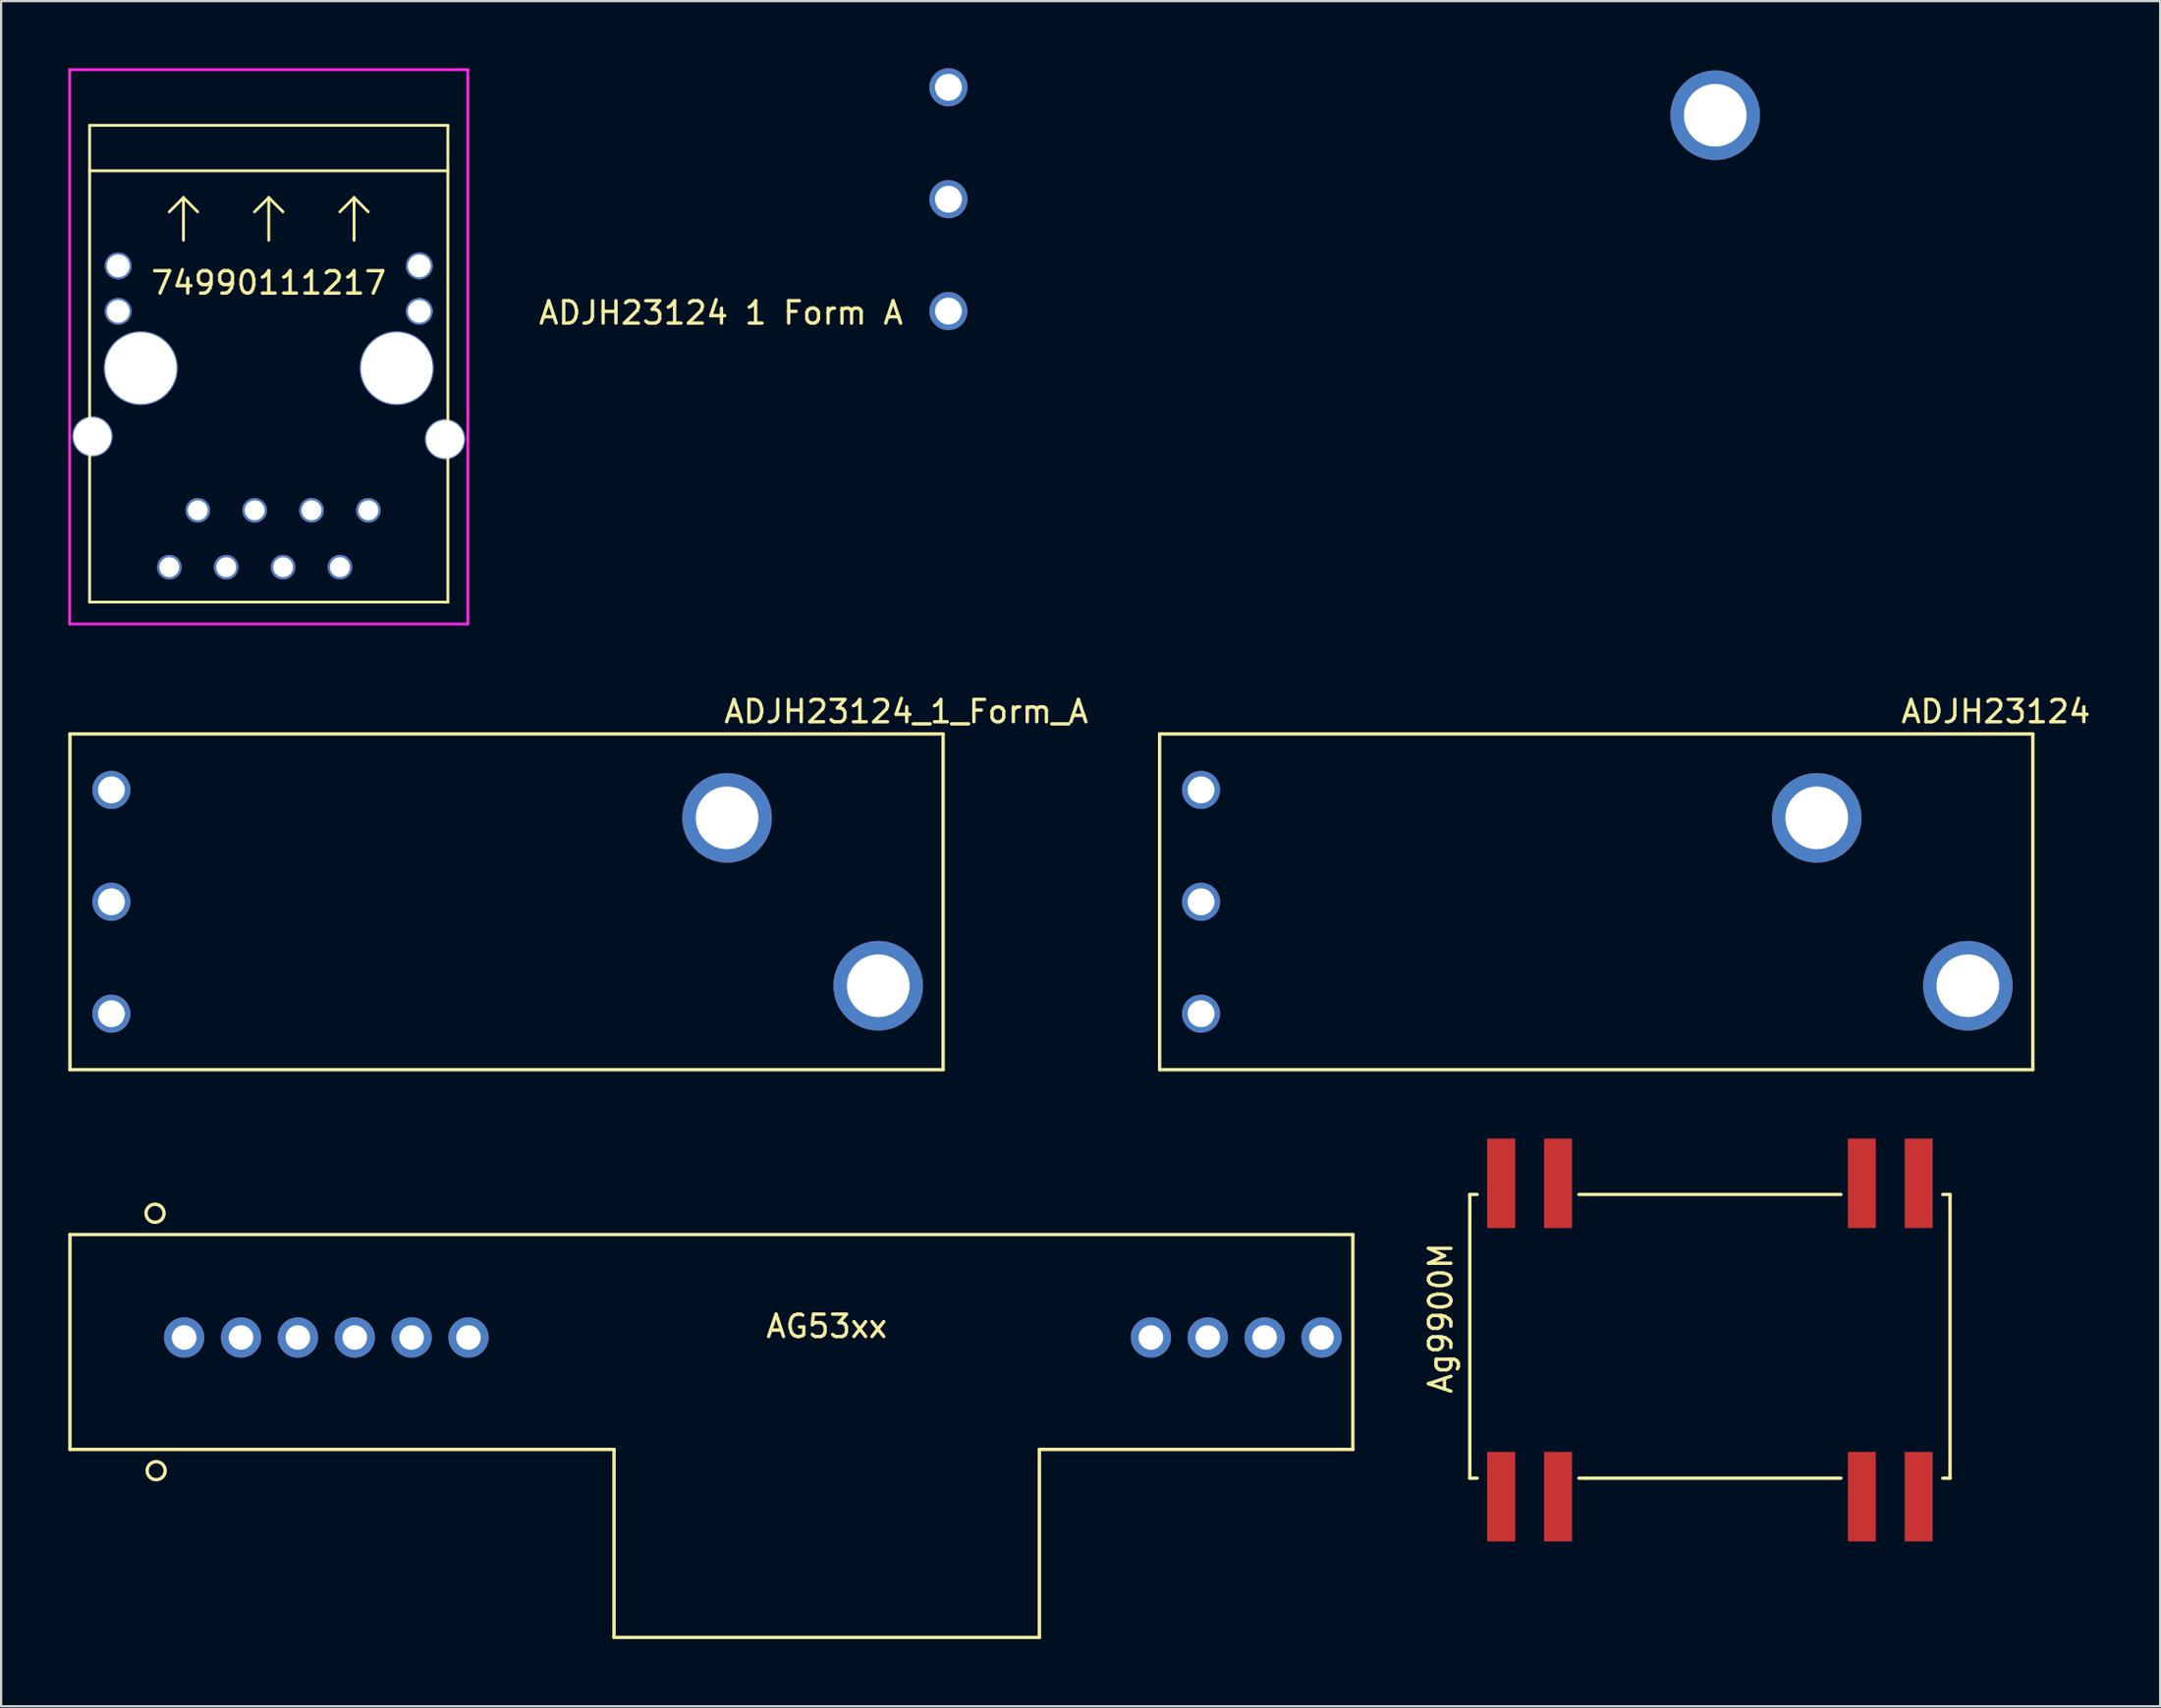
<source format=kicad_pcb>
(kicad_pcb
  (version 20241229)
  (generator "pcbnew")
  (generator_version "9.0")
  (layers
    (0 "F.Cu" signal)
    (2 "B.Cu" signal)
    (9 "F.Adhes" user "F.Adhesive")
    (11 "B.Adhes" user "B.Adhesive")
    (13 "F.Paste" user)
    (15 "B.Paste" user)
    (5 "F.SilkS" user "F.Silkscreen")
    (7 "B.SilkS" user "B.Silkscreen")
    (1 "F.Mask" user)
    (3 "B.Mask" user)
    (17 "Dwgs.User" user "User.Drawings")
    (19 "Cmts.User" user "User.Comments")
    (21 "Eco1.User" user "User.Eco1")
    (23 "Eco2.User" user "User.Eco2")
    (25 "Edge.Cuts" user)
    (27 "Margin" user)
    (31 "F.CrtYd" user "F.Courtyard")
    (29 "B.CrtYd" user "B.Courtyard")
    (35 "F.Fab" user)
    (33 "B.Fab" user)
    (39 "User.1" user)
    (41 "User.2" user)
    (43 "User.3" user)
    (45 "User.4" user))
  (footprint "AG53xx"
    (layer "F.Cu")
    (at 5.175 56.705)
    (property "Reference" "AG53xx" (at 28.7 -0.5 0) (unlocked yes) (layer "F.SilkS") (effects (font (size 1 1) (thickness 0.15))))
    (fp_line (start -5.1 -4.6) (end -5.1 5) (stroke (width 0.15) (type solid)) (layer "F.SilkS"))
    (fp_line (start -5.1 -4.6) (end 52.2 -4.6) (stroke (width 0.15) (type solid)) (layer "F.SilkS"))
    (fp_line (start 19.2 5) (end -5.1 5) (stroke (width 0.15) (type solid)) (layer "F.SilkS"))
    (fp_line (start 19.2 5) (end 19.2 13.4) (stroke (width 0.15) (type solid)) (layer "F.SilkS"))
    (fp_line (start 38.2 5) (end 38.2 13.4) (stroke (width 0.15) (type solid)) (layer "F.SilkS"))
    (fp_line (start 38.2 13.4) (end 19.2 13.4) (stroke (width 0.15) (type solid)) (layer "F.SilkS"))
    (fp_line (start 52.2 -4.6) (end 52.2 5) (stroke (width 0.15) (type solid)) (layer "F.SilkS"))
    (fp_line (start 52.2 5) (end 38.2 5) (stroke (width 0.15) (type solid)) (layer "F.SilkS"))
    (fp_circle (center -1.3 -5.55) (end -0.95 -5.35) (stroke (width 0.15) (type solid)) (fill no) (layer "F.SilkS"))
    (fp_circle (center -1.25 5.95) (end -0.9 6.15) (stroke (width 0.15) (type solid)) (fill no) (layer "F.SilkS"))
    (pad "1" thru_hole circle (at 0 0) (size 1.8 1.8) (drill 1.1) (layers "*.Cu" "*.Mask"))
    (pad "2" thru_hole circle (at 2.54 0) (size 1.8 1.8) (drill 1.1) (layers "*.Cu" "*.Mask"))
    (pad "3" thru_hole circle (at 5.08 0) (size 1.8 1.8) (drill 1.1) (layers "*.Cu" "*.Mask"))
    (pad "4" thru_hole circle (at 7.62 0) (size 1.8 1.8) (drill 1.1) (layers "*.Cu" "*.Mask"))
    (pad "5" thru_hole circle (at 10.16 0) (size 1.8 1.8) (drill 1.1) (layers "*.Cu" "*.Mask"))
    (pad "6" thru_hole circle (at 12.7 0) (size 1.8 1.8) (drill 1.1) (layers "*.Cu" "*.Mask"))
    (pad "7" thru_hole circle (at 43.18 0) (size 1.8 1.8) (drill 1.1) (layers "*.Cu" "*.Mask"))
    (pad "8" thru_hole circle (at 45.72 0) (size 1.8 1.8) (drill 1.1) (layers "*.Cu" "*.Mask"))
    (pad "9" thru_hole circle (at 48.26 0) (size 1.8 1.8) (drill 1.1) (layers "*.Cu" "*.Mask"))
    (pad "10" thru_hole circle (at 50.8 0) (size 1.8 1.8) (drill 1.1) (layers "*.Cu" "*.Mask"))
    (zone (net_name "") (layers "F.Cu" "B.Cu") (hatch edge 0.508) (connect_pads) (min_thickness 0.254) (filled_areas_thickness no) (keepout (tracks not_allowed) (vias not_allowed) (pads not_allowed) (copperpour allowed) (footprints allowed)) (placement (enabled no)) (fill) (polygon (pts (xy 47.085 60.515) (xy 20.415 60.515) (xy 20.415 47.815) (xy 47.085 47.815)))))
  (footprint "ADJH23124"
    (layer "F.Cu")
    (at 50.594 37.24)
    (property "Reference" "ADJH23124" (at 35.5 -8.5 0) (layer "F.SilkS") (effects (font (size 1 1) (thickness 0.15))))
    (attr through_hole)
    (fp_line (start -1.85 -7.5) (end 37.15 -7.5) (stroke (width 0.15) (type solid)) (layer "F.SilkS"))
    (fp_line (start -1.85 7.5) (end -1.85 -7.5) (stroke (width 0.15) (type solid)) (layer "F.SilkS"))
    (fp_line (start -1.85 7.5) (end 37.15 7.5) (stroke (width 0.15) (type solid)) (layer "F.SilkS"))
    (fp_line (start 37.15 7.5) (end 37.15 -7.5) (stroke (width 0.15) (type solid)) (layer "F.SilkS"))
    (pad "1" thru_hole circle (at 0 5) (size 1.7 1.7) (drill 1.2) (layers "*.Cu" "*.Mask"))
    (pad "2" thru_hole circle (at 0 -5) (size 1.7 1.7) (drill 1.2) (layers "*.Cu" "*.Mask"))
    (pad "3" thru_hole circle (at 27.5 -3.75) (size 4 4) (drill 2.8) (layers "*.Cu" "*.Mask"))
    (pad "4" thru_hole circle (at 34.25 3.75) (size 4 4) (drill 2.8) (layers "*.Cu" "*.Mask"))
    (pad "5" thru_hole circle (at 0 0) (size 1.7 1.7) (drill 1.2) (layers "*.Cu" "*.Mask")))
  (footprint "ADJH23124 1 Form A"
    (layer "F.Cu")
    (at 39.311 5.85)
    (property "Reference" "ADJH23124 1 Form A" (at -10.16 5.08 0) (layer "F.SilkS") (effects (font (size 1 1) (thickness 0.15))))
    (attr through_hole)
    (pad "1" thru_hole circle (at 0 -5) (size 1.7 1.7) (drill 1.2) (layers "*.Cu" "*.Mask"))
    (pad "2" thru_hole circle (at 0 5) (size 1.7 1.7) (drill 1.2) (layers "*.Cu" "*.Mask"))
    (pad "4" thru_hole circle (at 34.25 -3.75) (size 4 4) (drill 2.8) (layers "*.Cu" "*.Mask"))
    (pad "5" thru_hole circle (at 0 0) (size 1.7 1.7) (drill 1.2) (layers "*.Cu" "*.Mask")))
  (footprint "ADJH23124_1_Form_A"
    (layer "F.Cu")
    (at 1.925 37.24)
    (property "Reference" "ADJH23124_1_Form_A" (at 35.5 -8.5 0) (layer "F.SilkS") (effects (font (size 1 1) (thickness 0.15))))
    (attr through_hole)
    (fp_line (start -1.85 -7.5) (end 37.15 -7.5) (stroke (width 0.15) (type solid)) (layer "F.SilkS"))
    (fp_line (start -1.85 7.5) (end -1.85 -7.5) (stroke (width 0.15) (type solid)) (layer "F.SilkS"))
    (fp_line (start -1.85 7.5) (end 37.15 7.5) (stroke (width 0.15) (type solid)) (layer "F.SilkS"))
    (fp_line (start 37.15 7.5) (end 37.15 -7.5) (stroke (width 0.15) (type solid)) (layer "F.SilkS"))
    (pad "1" thru_hole circle (at 0 5) (size 1.7 1.7) (drill 1.2) (layers "*.Cu" "*.Mask"))
    (pad "2" thru_hole circle (at 0 -5) (size 1.7 1.7) (drill 1.2) (layers "*.Cu" "*.Mask"))
    (pad "3" thru_hole circle (at 27.5 -3.75) (size 4 4) (drill 2.8) (layers "*.Cu" "*.Mask"))
    (pad "4" thru_hole circle (at 34.25 3.75) (size 4 4) (drill 2.8) (layers "*.Cu" "*.Mask"))
    (pad "5" thru_hole circle (at 0 0) (size 1.7 1.7) (drill 1.2) (layers "*.Cu" "*.Mask")))
  (footprint "74990111217"
    (layer "F.Cu")
    (at 8.954 13.399)
    (property "Reference" "74990111217" (at 0 -3.81 0) (layer "F.SilkS") (effects (font (size 1 1) (thickness 0.15))))
    (attr through_hole)
    (fp_line (start -8 -10.85) (end -8 10.45) (stroke (width 0.127) (type solid)) (layer "F.SilkS"))
    (fp_line (start -8 -10.85) (end 8 -10.85) (stroke (width 0.127) (type solid)) (layer "F.SilkS"))
    (fp_line (start -8 -8.82) (end 8 -8.82) (stroke (width 0.127) (type solid)) (layer "F.SilkS"))
    (fp_line (start -8 10.45) (end 8 10.45) (stroke (width 0.127) (type solid)) (layer "F.SilkS"))
    (fp_line (start -3.81 -7.62) (end -4.445 -6.985) (stroke (width 0.127) (type solid)) (layer "F.SilkS"))
    (fp_line (start -3.81 -7.62) (end -3.81 -5.715) (stroke (width 0.127) (type solid)) (layer "F.SilkS"))
    (fp_line (start -3.81 -7.62) (end -3.175 -6.985) (stroke (width 0.127) (type solid)) (layer "F.SilkS"))
    (fp_line (start 0 -7.62) (end -0.635 -6.985) (stroke (width 0.127) (type solid)) (layer "F.SilkS"))
    (fp_line (start 0 -7.62) (end 0 -5.715) (stroke (width 0.127) (type solid)) (layer "F.SilkS"))
    (fp_line (start 0 -7.62) (end 0.635 -6.985) (stroke (width 0.127) (type solid)) (layer "F.SilkS"))
    (fp_line (start 3.81 -7.62) (end 3.175 -6.985) (stroke (width 0.127) (type solid)) (layer "F.SilkS"))
    (fp_line (start 3.81 -7.62) (end 3.81 -5.715) (stroke (width 0.127) (type solid)) (layer "F.SilkS"))
    (fp_line (start 3.81 -7.62) (end 4.445 -6.985) (stroke (width 0.127) (type solid)) (layer "F.SilkS"))
    (fp_line (start 8 -10.85) (end 8 10.45) (stroke (width 0.127) (type solid)) (layer "F.SilkS"))
    (fp_line (start -8.89 11.43) (end -8.89 -13.335) (stroke (width 0.127) (type solid)) (layer "F.CrtYd"))
    (fp_line (start 8.89 -13.335) (end -8.89 -13.335) (stroke (width 0.127) (type solid)) (layer "F.CrtYd"))
    (fp_line (start 8.89 -13.335) (end 8.89 11.43) (stroke (width 0.127) (type solid)) (layer "F.CrtYd"))
    (fp_line (start 8.89 11.43) (end -8.89 11.43) (stroke (width 0.127) (type solid)) (layer "F.CrtYd"))
    (pad "" thru_hole circle (at -7.875 3.05) (size 1.8 1.8) (drill 1.7) (layers "*.Cu" "*.Mask"))
    (pad "" thru_hole circle (at -5.715 0) (size 3.3 3.3) (drill 3.2) (layers "*.Cu" "*.Mask"))
    (pad "" thru_hole circle (at 5.715 0) (size 3.3 3.3) (drill 3.2) (layers "*.Cu" "*.Mask"))
    (pad "" thru_hole circle (at 7.875 3.175) (size 1.8 1.8) (drill 1.7) (layers "*.Cu" "*.Mask"))
    (pad "1" thru_hole circle (at 4.45 6.35) (size 1.1 1.1) (drill 0.89) (layers "*.Cu" "*.Mask"))
    (pad "2" thru_hole circle (at 3.18 8.89) (size 1.1 1.1) (drill 0.89) (layers "*.Cu" "*.Mask"))
    (pad "3" thru_hole circle (at 1.91 6.35) (size 1.1 1.1) (drill 0.89) (layers "*.Cu" "*.Mask"))
    (pad "4" thru_hole circle (at 0.64 8.89) (size 1.1 1.1) (drill 0.89) (layers "*.Cu" "*.Mask"))
    (pad "5" thru_hole circle (at -0.63 6.35) (size 1.1 1.1) (drill 0.89) (layers "*.Cu" "*.Mask"))
    (pad "6" thru_hole circle (at -1.9 8.89) (size 1.1 1.1) (drill 0.89) (layers "*.Cu" "*.Mask"))
    (pad "7" thru_hole circle (at -3.17 6.35) (size 1.1 1.1) (drill 0.89) (layers "*.Cu" "*.Mask"))
    (pad "8" thru_hole circle (at -4.44 8.89) (size 1.1 1.1) (drill 0.89) (layers "*.Cu" "*.Mask"))
    (pad "9" thru_hole circle (at 6.725 -2.54) (size 1.2 1.2) (drill 1.02) (layers "*.Cu" "*.Mask"))
    (pad "10" thru_hole circle (at 6.725 -4.57) (size 1.2 1.2) (drill 1.02) (layers "*.Cu" "*.Mask"))
    (pad "11" thru_hole circle (at -6.725 -2.54) (size 1.2 1.2) (drill 1.02) (layers "*.Cu" "*.Mask"))
    (pad "12" thru_hole circle (at -6.725 -4.57) (size 1.2 1.2) (drill 1.02) (layers "*.Cu" "*.Mask")))
  (footprint "Ag9900M"
    (layer "F.Cu")
    (at 73.323 56.815)
    (property "Reference" "Ag9900M" (at -12.025 -0.975 90) (layer "F.SilkS") (effects (font (size 1 1) (thickness 0.15))))
    (attr through_hole)
    (fp_line (start -10.725 -6.5) (end -10.725 6.175) (stroke (width 0.15) (type solid)) (layer "F.SilkS"))
    (fp_line (start -10.725 6.175) (end -10.4 6.175) (stroke (width 0.15) (type solid)) (layer "F.SilkS"))
    (fp_line (start -10.4 -6.5) (end -10.725 -6.5) (stroke (width 0.15) (type solid)) (layer "F.SilkS"))
    (fp_line (start -5.85 -6.5) (end 5.85 -6.5) (stroke (width 0.15) (type solid)) (layer "F.SilkS"))
    (fp_line (start -5.525 6.175) (end -5.85 6.175) (stroke (width 0.15) (type solid)) (layer "F.SilkS"))
    (fp_line (start -5.525 6.175) (end 5.85 6.175) (stroke (width 0.15) (type solid)) (layer "F.SilkS"))
    (fp_line (start 10.4 -6.5) (end 10.725 -6.5) (stroke (width 0.15) (type solid)) (layer "F.SilkS"))
    (fp_line (start 10.725 -6.5) (end 10.725 6.175) (stroke (width 0.15) (type solid)) (layer "F.SilkS"))
    (fp_line (start 10.725 6.175) (end 10.4 6.175) (stroke (width 0.15) (type solid)) (layer "F.SilkS"))
    (pad "1" smd rect (at -9.325 7) (size 1.25 4) (layers "F.Cu" "F.Mask" "F.Paste"))
    (pad "2" smd rect (at -6.785 7) (size 1.25 4) (layers "F.Cu" "F.Mask" "F.Paste"))
    (pad "3" smd rect (at 6.785 7) (size 1.25 4) (layers "F.Cu" "F.Mask" "F.Paste"))
    (pad "4" smd rect (at 9.325 7) (size 1.25 4) (layers "F.Cu" "F.Mask" "F.Paste"))
    (pad "5" smd rect (at 9.325 -7) (size 1.25 4) (layers "F.Cu" "F.Mask" "F.Paste"))
    (pad "6" smd rect (at 6.785 -7) (size 1.25 4) (layers "F.Cu" "F.Mask" "F.Paste"))
    (pad "7" smd rect (at -6.785 -7) (size 1.25 4) (layers "F.Cu" "F.Mask" "F.Paste"))
    (pad "8" smd rect (at -9.325 -7) (size 1.25 4) (layers "F.Cu" "F.Mask" "F.Paste")))
  (gr_rect
    (start -3 -3)
    (end 93.433 73.18)
    (stroke (width 0.1) (type default))
    (fill no)
    (layer "Edge.Cuts")))
</source>
